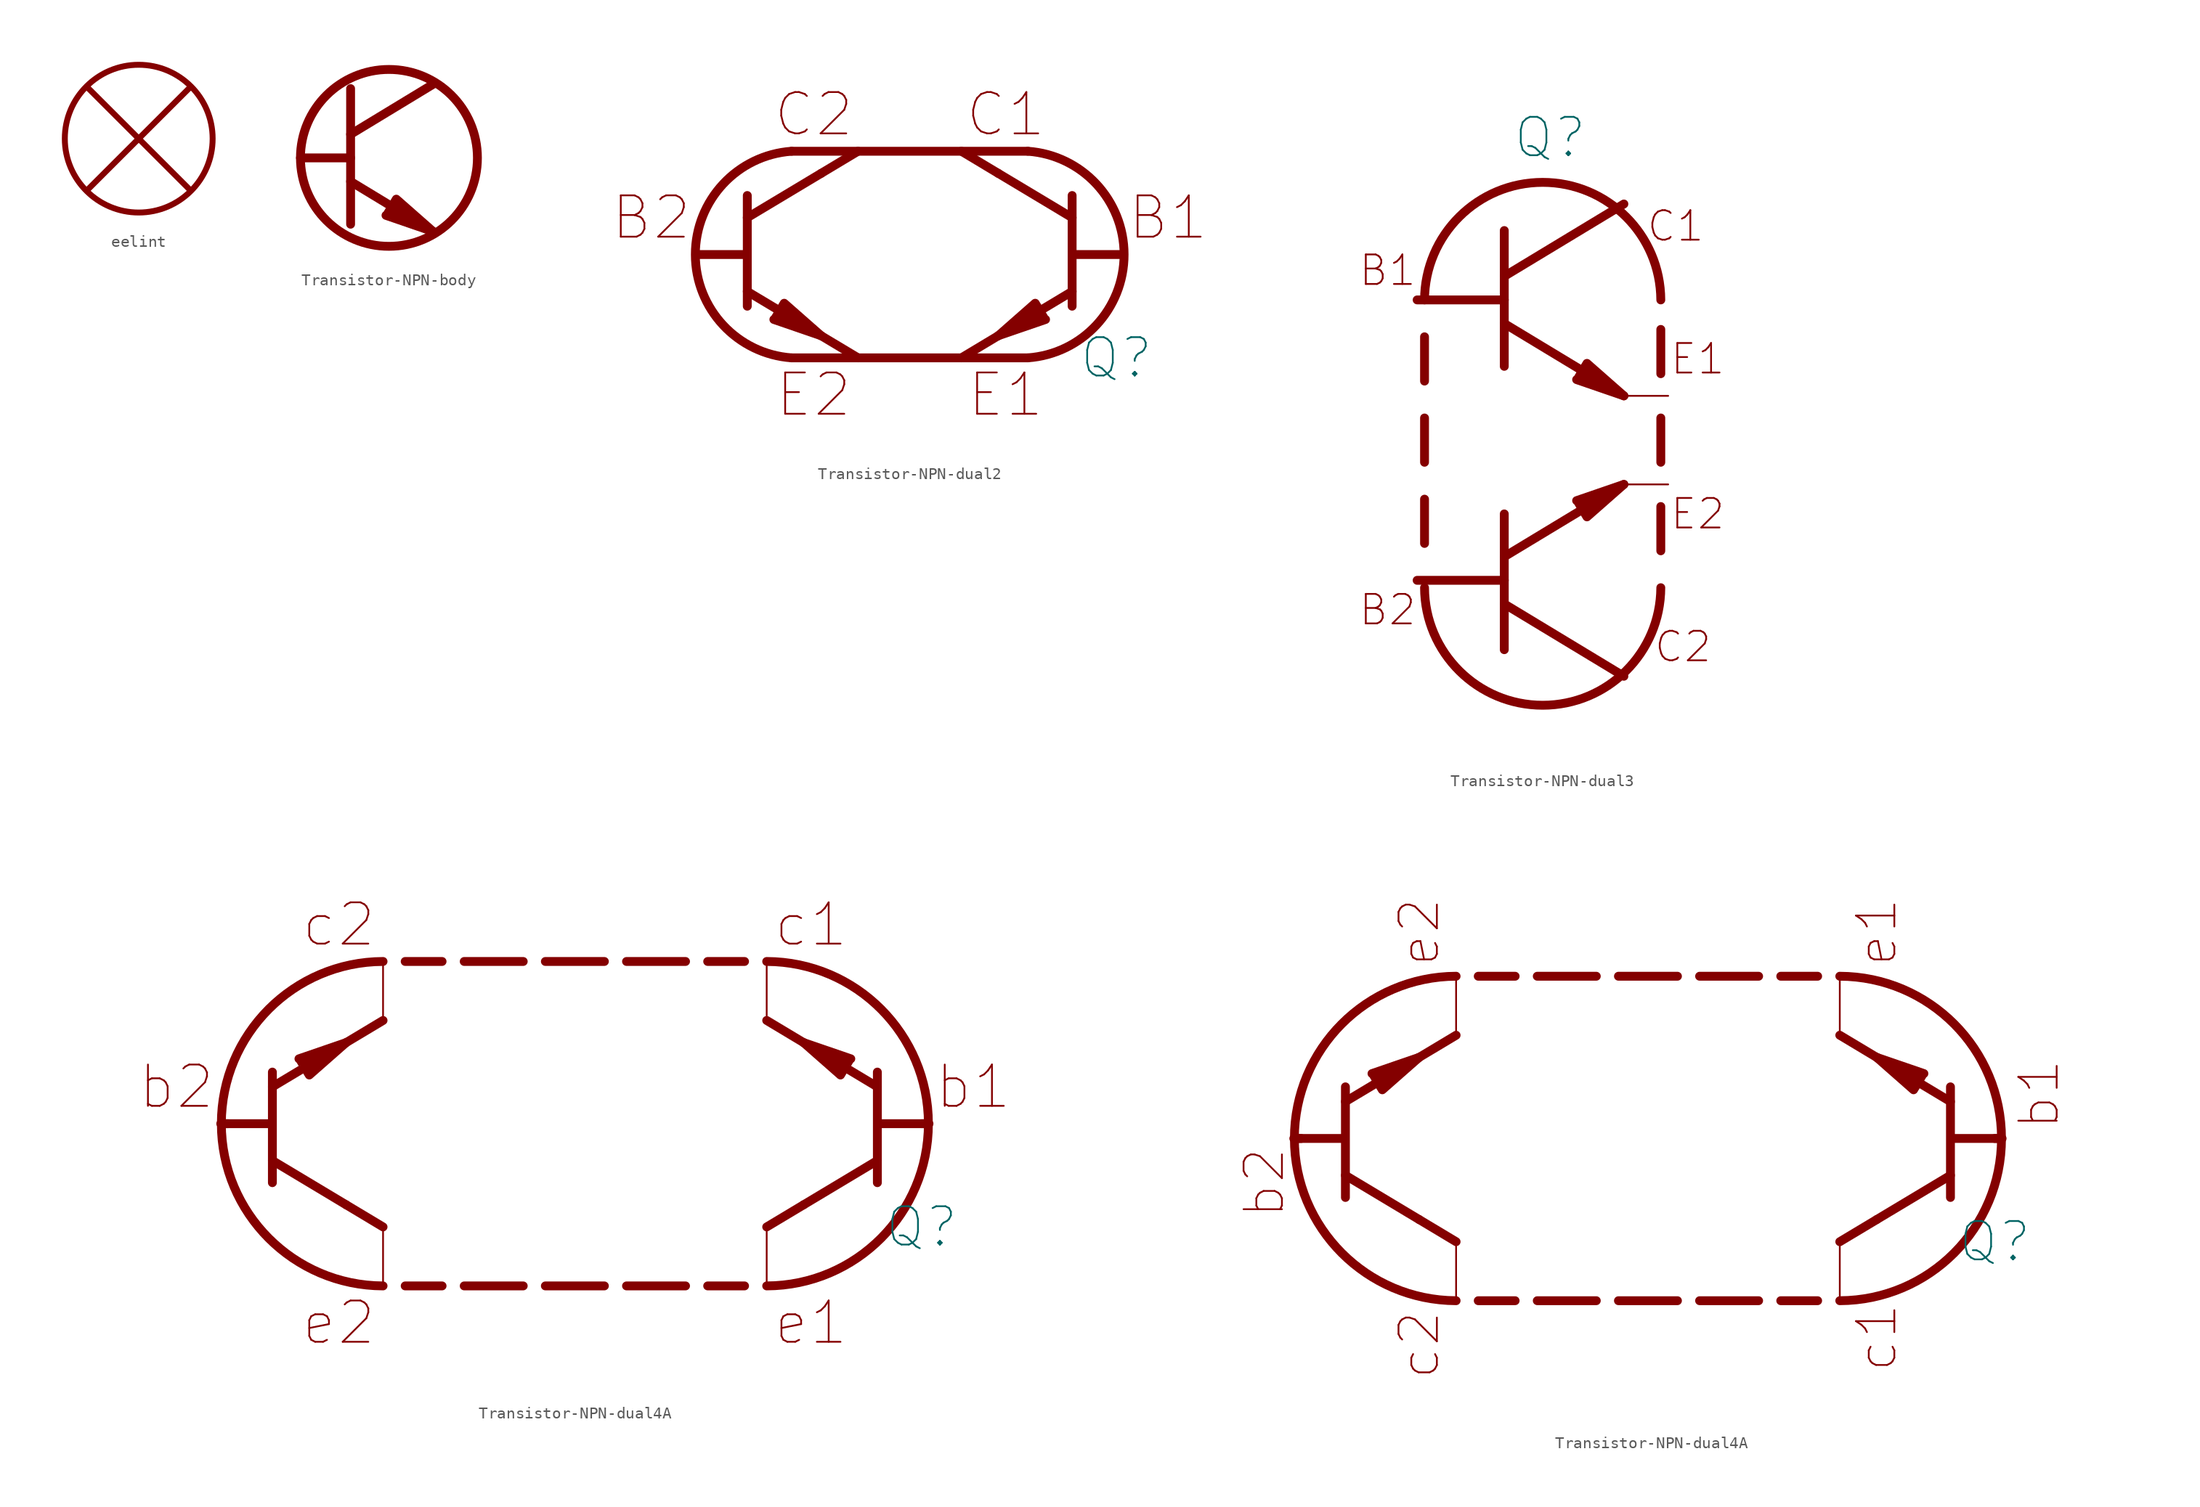
<source format=kicad_sym>
(kicad_symbol_lib
  (version 20211014)
  (generator kicad_symbol_editor)
  (symbol "eelint"
    (pin_numbers hide)
    (pin_names
      (offset 0) hide)
    (property "Reference" "X"
      (at 0 3.175 0)
      (effects (font (size 3.556 3.556)) hide))
    (symbol "eelint_0_1"
      (polyline (pts (xy -4.445 4.445) (xy 4.445 -4.445)) (stroke (width 0.508) (type default) (color 0 0 0 0)) (fill (type none)))
      (polyline (pts (xy -4.445 -4.445) (xy 0 0) (xy 4.445 4.445)) (stroke (width 0.508) (type default) (color 0 0 0 0)) (fill (type none)))
      (circle (center 0 0) (radius 6.35) (stroke (width 0.508) (type default) (color 0 0 0 0)) (fill (type none)))))
  (symbol "Transistor-NPN-body"
    (pin_numbers hide)
    (pin_names
      (offset 0) hide)
    (property "Reference" "X"
      (at 0 10.541 0)
      (effects (font (size 3.302 3.302)) hide))
    (symbol "Transistor-NPN-body_0_1"
      (polyline (pts (xy -3.302 -2.032) (xy 3.81 -6.35)) (stroke (width 0.762) (type default) (color 0 0 0 0)) (fill (type none)))
      (polyline (pts (xy -3.302 2.032) (xy 3.81 6.35)) (stroke (width 0.762) (type default) (color 0 0 0 0)) (fill (type none)))
      (polyline (pts (xy -3.302 5.969) (xy -3.302 -5.715)) (stroke (width 0.762) (type default) (color 0 0 0 0)) (fill (type none)))
      (polyline (pts (xy -3.302 0) (xy -7.62 0) (xy -7.493 0)) (stroke (width 0.762) (type default) (color 0 0 0 0)) (fill (type none)))
      (polyline (pts (xy -0.127 -4.826) (xy 0.635 -3.556) (xy 3.81 -6.35) (xy -0.254 -4.953)) (stroke (width 0.762) (type default) (color 0 0 0 0)) (fill (type outline)))
      (circle (center 0 0) (radius 7.62) (stroke (width 0.762) (type default) (color 0 0 0 0)) (fill (type none)))))
  (symbol "Transistor-NPN-dual2"
    (pin_numbers hide)
    (pin_names
      (offset 0) hide)
    (property "Reference" "Q"
      (at 17.78 -8.89 0)
      (effects (font (size 3.302 3.302))))
    (symbol "Transistor-NPN-dual2_0_0"
      (text "B1" (at 22.225 3.175 0) (effects (font (size 3.556 3.556))))
      (text "B2" (at -22.225 3.175 0) (effects (font (size 3.556 3.556))))
      (text "C1" (at 8.255 12.065 0) (effects (font (size 3.556 3.556))))
      (text "C2" (at -8.255 12.065 0) (effects (font (size 3.556 3.556))))
      (text "E1" (at 8.255 -12.065 0) (effects (font (size 3.556 3.556))))
      (text "E2" (at -8.255 -12.065 0) (effects (font (size 3.556 3.556)))))
    (symbol "Transistor-NPN-dual2_0_1"
      (arc (start -10.16 8.89) (mid -18.4376 0) (end -10.16 -8.89) (stroke (width 0.762) (type default) (color 0 0 0 0)) (fill (type none)))
      (polyline (pts (xy -13.97 -3.175) (xy -7.62 -6.985)) (stroke (width 0.762) (type default) (color 0 0 0 0)) (fill (type none)))
      (polyline (pts (xy -13.97 3.175) (xy -7.62 6.985)) (stroke (width 0.762) (type default) (color 0 0 0 0)) (fill (type none)))
      (polyline (pts (xy -13.97 5.08) (xy -13.97 -4.445)) (stroke (width 0.762) (type default) (color 0 0 0 0)) (fill (type none)))
      (polyline (pts (xy -10.16 -8.89) (xy 10.16 -8.89)) (stroke (width 0.762) (type default) (color 0 0 0 0)) (fill (type none)))
      (polyline (pts (xy -10.16 8.89) (xy 10.16 8.89)) (stroke (width 0.762) (type default) (color 0 0 0 0)) (fill (type none)))
      (polyline (pts (xy -7.62 -6.985) (xy -4.445 -8.89)) (stroke (width 0.762) (type default) (color 0 0 0 0)) (fill (type none)))
      (polyline (pts (xy -7.62 6.985) (xy -4.445 8.89)) (stroke (width 0.762) (type default) (color 0 0 0 0)) (fill (type none)))
      (polyline (pts (xy 7.62 -6.985) (xy 4.445 -8.89)) (stroke (width 0.762) (type default) (color 0 0 0 0)) (fill (type none)))
      (polyline (pts (xy 7.62 6.985) (xy 4.445 8.89)) (stroke (width 0.762) (type default) (color 0 0 0 0)) (fill (type none)))
      (polyline (pts (xy 13.97 -3.175) (xy 7.62 -6.985)) (stroke (width 0.762) (type default) (color 0 0 0 0)) (fill (type none)))
      (polyline (pts (xy 13.97 3.175) (xy 7.62 6.985)) (stroke (width 0.762) (type default) (color 0 0 0 0)) (fill (type none)))
      (polyline (pts (xy 13.97 5.08) (xy 13.97 -4.445)) (stroke (width 0.762) (type default) (color 0 0 0 0)) (fill (type none)))
      (polyline (pts (xy -14.097 0) (xy -17.78 0) (xy -18.288 0)) (stroke (width 0.762) (type default) (color 0 0 0 0)) (fill (type none)))
      (polyline (pts (xy 14.097 0) (xy 17.78 0) (xy 18.288 0)) (stroke (width 0.762) (type default) (color 0 0 0 0)) (fill (type none)))
      (polyline (pts (xy -11.557 -5.461) (xy -10.795 -4.191) (xy -7.62 -6.985) (xy -11.684 -5.588)) (stroke (width 0.762) (type default) (color 0 0 0 0)) (fill (type outline)))
      (polyline (pts (xy 11.557 -5.461) (xy 10.795 -4.191) (xy 7.62 -6.985) (xy 11.684 -5.588)) (stroke (width 0.762) (type default) (color 0 0 0 0)) (fill (type outline)))
      (arc (start 10.16 -8.89) (mid 18.4376 0) (end 10.16 8.89) (stroke (width 0.762) (type default) (color 0 0 0 0)) (fill (type none))))
    (symbol "Transistor-NPN-dual2_1_1"
      (pin passive line (at 4.445 8.89 270) (length 0) (name "C1" (effects (font (size 1.27 1.27)))) (number "1" (effects (font (size 1.27 1.27)))))
      (pin passive line (at 18.415 0 180) (length 0) (name "B1" (effects (font (size 1.27 1.27)))) (number "2" (effects (font (size 1.27 1.27)))))
      (pin passive line (at 4.445 -8.89 90) (length 0) (name "E1" (effects (font (size 1.27 1.27)))) (number "3" (effects (font (size 1.27 1.27)))))
      (pin passive line (at -4.445 8.89 270) (length 0) (name "C2" (effects (font (size 1.27 1.27)))) (number "4" (effects (font (size 1.27 1.27)))))
      (pin passive line (at -18.415 0 0) (length 0) (name "B2" (effects (font (size 1.27 1.27)))) (number "5" (effects (font (size 1.27 1.27)))))
      (pin passive line (at -4.445 -8.89 90) (length 0) (name "E2" (effects (font (size 1.27 1.27)))) (number "6" (effects (font (size 1.27 1.27)))))))
  (symbol "Transistor-NPN-dual3"
    (pin_numbers hide)
    (pin_names
      (offset 0) hide)
    (property "Reference" "Q"
      (at 0.635 26.035 0)
      (effects (font (size 3.302 3.302))))
    (symbol "Transistor-NPN-dual3_0_0"
      (polyline (pts (xy 10.16 1.905) (xy 10.16 -1.905)) (stroke (width 0.762) (type default) (color 0 0 0 0)) (fill (type none)))
      (text "B1" (at -13.335 14.605 0) (effects (font (size 2.54 2.54))))
      (text "B2" (at -13.335 -14.605 0) (effects (font (size 2.54 2.54))))
      (text "C1" (at 11.43 18.415 0) (effects (font (size 2.54 2.54))))
      (text "C2" (at 12.065 -17.78 0) (effects (font (size 2.54 2.54))))
      (text "E1" (at 13.335 6.985 0) (effects (font (size 2.54 2.54))))
      (text "E2" (at 13.335 -6.35 0) (effects (font (size 2.54 2.54)))))
    (symbol "Transistor-NPN-dual3_0_1"
      (arc (start -10.16 -12.7) (mid 0 -22.86) (end 10.16 -12.7) (stroke (width 0.762) (type default) (color 0 0 0 0)) (fill (type none)))
      (polyline (pts (xy -3.302 -18.034) (xy -3.302 -6.35)) (stroke (width 0.762) (type default) (color 0 0 0 0)) (fill (type none)))
      (polyline (pts (xy -3.302 -14.097) (xy 6.985 -20.32)) (stroke (width 0.762) (type default) (color 0 0 0 0)) (fill (type none)))
      (polyline (pts (xy -3.302 -10.033) (xy 6.985 -3.81)) (stroke (width 0.762) (type default) (color 0 0 0 0)) (fill (type none)))
      (polyline (pts (xy -3.302 -12.065) (xy -10.795 -12.065) (xy -7.493 -12.065)) (stroke (width 0.762) (type default) (color 0 0 0 0)) (fill (type none)))
      (polyline (pts (xy 3.048 -5.334) (xy 3.81 -6.604) (xy 6.985 -3.81) (xy 2.921 -5.207)) (stroke (width 0.762) (type default) (color 0 0 0 0)) (fill (type outline))))
    (symbol "Transistor-NPN-dual3_1_0"
      (polyline (pts (xy -10.16 -5.08) (xy -10.16 -8.89)) (stroke (width 0.762) (type default) (color 0 0 0 0)) (fill (type none)))
      (polyline (pts (xy -10.16 1.905) (xy -10.16 -1.905)) (stroke (width 0.762) (type default) (color 0 0 0 0)) (fill (type none)))
      (polyline (pts (xy -10.16 8.89) (xy -10.16 5.08)) (stroke (width 0.762) (type default) (color 0 0 0 0)) (fill (type none)))
      (polyline (pts (xy 10.16 -5.715) (xy 10.16 -9.525)) (stroke (width 0.762) (type default) (color 0 0 0 0)) (fill (type none)))
      (polyline (pts (xy 10.16 9.525) (xy 10.16 5.715)) (stroke (width 0.762) (type default) (color 0 0 0 0)) (fill (type none))))
    (symbol "Transistor-NPN-dual3_1_1"
      (polyline (pts (xy -3.302 10.033) (xy 6.985 3.81)) (stroke (width 0.762) (type default) (color 0 0 0 0)) (fill (type none)))
      (polyline (pts (xy -3.302 14.097) (xy 6.985 20.32)) (stroke (width 0.762) (type default) (color 0 0 0 0)) (fill (type none)))
      (polyline (pts (xy -3.302 18.034) (xy -3.302 6.35)) (stroke (width 0.762) (type default) (color 0 0 0 0)) (fill (type none)))
      (polyline (pts (xy -3.302 12.065) (xy -10.795 12.065) (xy -7.493 12.065)) (stroke (width 0.762) (type default) (color 0 0 0 0)) (fill (type none)))
      (polyline (pts (xy 3.048 5.334) (xy 3.81 6.604) (xy 6.985 3.81) (xy 2.921 5.207)) (stroke (width 0.762) (type default) (color 0 0 0 0)) (fill (type outline)))
      (arc (start 10.16 12.065) (mid 0 22.225) (end -10.16 12.065) (stroke (width 0.762) (type default) (color 0 0 0 0)) (fill (type none)))
      (pin passive line (at 10.795 3.81 180) (length 3.81) (name "C1" (effects (font (size 1.27 1.27)))) (number "1" (effects (font (size 1.27 1.27)))))
      (pin passive line (at -10.795 12.065 0) (length 0) (name "B1" (effects (font (size 1.27 1.27)))) (number "2" (effects (font (size 1.27 1.27)))))
      (pin passive line (at 6.985 20.32 180) (length 0) (name "E1" (effects (font (size 1.27 1.27)))) (number "3" (effects (font (size 1.27 1.27)))))
      (pin passive line (at 10.795 -3.81 180) (length 3.81) (name "C2" (effects (font (size 1.27 1.27)))) (number "4" (effects (font (size 1.27 1.27)))))
      (pin passive line (at -10.795 -12.065 0) (length 0) (name "B2" (effects (font (size 1.27 1.27)))) (number "5" (effects (font (size 1.27 1.27)))))
      (pin passive line (at 6.985 -20.32 180) (length 0) (name "E2" (effects (font (size 1.27 1.27)))) (number "6" (effects (font (size 1.27 1.27)))))))
  (symbol "Transistor-NPN-dual4A"
    (pin_numbers hide)
    (pin_names
      (offset 0) hide)
    (property "Reference" "Q"
      (at 29.845 -8.89 0)
      (effects (font (size 3.302 3.302))))
    (symbol "Transistor-NPN-dual4A_0_0"
      (arc (start -16.51 13.97) (mid -30.48 0) (end -16.51 -13.97) (stroke (width 0.762) (type default) (color 0 0 0 0)) (fill (type none)))
      (polyline (pts (xy -29.845 0) (xy -30.48 0)) (stroke (width 0.762) (type default) (color 0 0 0 0)) (fill (type none)))
      (polyline (pts (xy -26.035 -5.08) (xy -26.035 4.445)) (stroke (width 0.762) (type default) (color 0 0 0 0)) (fill (type none)))
      (polyline (pts (xy -26.035 -3.175) (xy -19.685 -6.985)) (stroke (width 0.762) (type default) (color 0 0 0 0)) (fill (type none)))
      (polyline (pts (xy -26.035 3.175) (xy -19.685 6.985)) (stroke (width 0.762) (type default) (color 0 0 0 0)) (fill (type none)))
      (polyline (pts (xy -19.685 -6.985) (xy -16.51 -8.89)) (stroke (width 0.762) (type default) (color 0 0 0 0)) (fill (type none)))
      (polyline (pts (xy -19.685 6.985) (xy -16.51 8.89)) (stroke (width 0.762) (type default) (color 0 0 0 0)) (fill (type none)))
      (polyline (pts (xy -16.51 -8.89) (xy -16.51 -13.97)) (stroke (width 0) (type default) (color 0 0 0 0)) (fill (type none)))
      (polyline (pts (xy -16.51 8.89) (xy -16.51 13.97)) (stroke (width 0) (type default) (color 0 0 0 0)) (fill (type none)))
      (polyline (pts (xy -14.605 -13.97) (xy -11.43 -13.97)) (stroke (width 0.762) (type default) (color 0 0 0 0)) (fill (type none)))
      (polyline (pts (xy -14.605 13.97) (xy -11.43 13.97)) (stroke (width 0.762) (type default) (color 0 0 0 0)) (fill (type none)))
      (polyline (pts (xy -9.525 -13.97) (xy -4.445 -13.97)) (stroke (width 0.762) (type default) (color 0 0 0 0)) (fill (type none)))
      (polyline (pts (xy -9.525 13.97) (xy -4.445 13.97)) (stroke (width 0.762) (type default) (color 0 0 0 0)) (fill (type none)))
      (polyline (pts (xy -2.54 -13.97) (xy 2.54 -13.97)) (stroke (width 0.762) (type default) (color 0 0 0 0)) (fill (type none)))
      (polyline (pts (xy -2.54 13.97) (xy 2.54 13.97)) (stroke (width 0.762) (type default) (color 0 0 0 0)) (fill (type none)))
      (polyline (pts (xy 9.525 -13.97) (xy 4.445 -13.97)) (stroke (width 0.762) (type default) (color 0 0 0 0)) (fill (type none)))
      (polyline (pts (xy 9.525 13.97) (xy 4.445 13.97)) (stroke (width 0.762) (type default) (color 0 0 0 0)) (fill (type none)))
      (polyline (pts (xy 14.605 -13.97) (xy 11.43 -13.97)) (stroke (width 0.762) (type default) (color 0 0 0 0)) (fill (type none)))
      (polyline (pts (xy 14.605 13.97) (xy 11.43 13.97)) (stroke (width 0.762) (type default) (color 0 0 0 0)) (fill (type none)))
      (polyline (pts (xy 16.51 -8.89) (xy 16.51 -13.97)) (stroke (width 0) (type default) (color 0 0 0 0)) (fill (type none)))
      (polyline (pts (xy 16.51 8.89) (xy 16.51 13.97)) (stroke (width 0) (type default) (color 0 0 0 0)) (fill (type none)))
      (polyline (pts (xy 19.685 -6.985) (xy 16.51 -8.89)) (stroke (width 0.762) (type default) (color 0 0 0 0)) (fill (type none)))
      (polyline (pts (xy 19.685 6.985) (xy 16.51 8.89)) (stroke (width 0.762) (type default) (color 0 0 0 0)) (fill (type none)))
      (polyline (pts (xy 26.035 -5.08) (xy 26.035 4.445)) (stroke (width 0.762) (type default) (color 0 0 0 0)) (fill (type none)))
      (polyline (pts (xy 26.035 -3.175) (xy 19.685 -6.985)) (stroke (width 0.762) (type default) (color 0 0 0 0)) (fill (type none)))
      (polyline (pts (xy 26.035 3.175) (xy 19.685 6.985)) (stroke (width 0.762) (type default) (color 0 0 0 0)) (fill (type none)))
      (polyline (pts (xy 30.48 0) (xy 29.845 0)) (stroke (width 0.762) (type default) (color 0 0 0 0)) (fill (type none)))
      (polyline (pts (xy -26.162 0) (xy -29.845 0) (xy -30.353 0)) (stroke (width 0.762) (type default) (color 0 0 0 0)) (fill (type none)))
      (polyline (pts (xy 26.162 0) (xy 29.845 0) (xy 30.353 0)) (stroke (width 0.762) (type default) (color 0 0 0 0)) (fill (type none)))
      (polyline (pts (xy -23.622 5.461) (xy -22.86 4.191) (xy -19.685 6.985) (xy -23.749 5.588)) (stroke (width 0.762) (type default) (color 0 0 0 0)) (fill (type outline)))
      (polyline (pts (xy 23.622 5.461) (xy 22.86 4.191) (xy 19.685 6.985) (xy 23.749 5.588)) (stroke (width 0.762) (type default) (color 0 0 0 0)) (fill (type outline)))
      (arc (start 16.51 -13.97) (mid 30.48 0) (end 16.51 13.97) (stroke (width 0.762) (type default) (color 0 0 0 0)) (fill (type none))))
    (symbol "Transistor-NPN-dual4A_0_1"
      (text "b1" (at 34.29 3.175 0) (effects (font (size 3.556 3.556))))
      (text "b2" (at -34.29 3.175 0) (effects (font (size 3.556 3.556))))
      (text "c1" (at 20.32 17.145 0) (effects (font (size 3.556 3.556))))
      (text "c2" (at -20.32 17.145 0) (effects (font (size 3.556 3.556))))
      (text "e1" (at 20.32 -17.145 0) (effects (font (size 3.556 3.556))))
      (text "e2" (at -20.32 -17.145 0) (effects (font (size 3.556 3.556)))))
    (symbol "Transistor-NPN-dual4A_0_2"
      (text "b1" (at 33.655 3.81 900) (effects (font (size 3.302 3.302))))
      (text "b2" (at -33.02 -3.81 900) (effects (font (size 3.302 3.302))))
      (text "c1" (at 19.685 -17.145 900) (effects (font (size 3.302 3.302))))
      (text "c2" (at -19.685 -17.78 900) (effects (font (size 3.302 3.302))))
      (text "e1" (at 19.685 17.78 900) (effects (font (size 3.302 3.302))))
      (text "e2" (at -19.685 17.78 900) (effects (font (size 3.302 3.302)))))
    (symbol "Transistor-NPN-dual4A_1_1"
      (pin passive line (at 16.51 13.97 270) (length 0) (name "C1" (effects (font (size 1.27 1.27)))) (number "1" (effects (font (size 1.27 1.27)))))
      (pin passive line (at 30.48 0 180) (length 0) (name "B1" (effects (font (size 1.27 1.27)))) (number "2" (effects (font (size 1.27 1.27)))))
      (pin passive line (at 16.51 -13.97 90) (length 0) (name "E1" (effects (font (size 1.27 1.27)))) (number "3" (effects (font (size 1.27 1.27)))))
      (pin passive line (at -16.51 13.97 270) (length 0) (name "C2" (effects (font (size 1.27 1.27)))) (number "4" (effects (font (size 1.27 1.27)))))
      (pin passive line (at -30.48 0 0) (length 0) (name "B2" (effects (font (size 1.27 1.27)))) (number "5" (effects (font (size 1.27 1.27)))))
      (pin passive line (at -16.51 -13.97 90) (length 0) (name "E2" (effects (font (size 1.27 1.27)))) (number "6" (effects (font (size 1.27 1.27))))))
    (symbol "Transistor-NPN-dual4A_1_2"
      (pin passive line (at 16.51 13.97 270) (length 0) (name "C1" (effects (font (size 1.27 1.27)))) (number "1" (effects (font (size 1.27 1.27)))))
      (pin passive line (at 30.48 0 180) (length 0) (name "B1" (effects (font (size 1.27 1.27)))) (number "2" (effects (font (size 1.27 1.27)))))
      (pin passive line (at 16.51 -13.97 90) (length 0) (name "E1" (effects (font (size 1.27 1.27)))) (number "3" (effects (font (size 1.27 1.27)))))
      (pin passive line (at -16.51 13.97 270) (length 0) (name "C2" (effects (font (size 1.27 1.27)))) (number "4" (effects (font (size 1.27 1.27)))))
      (pin passive line (at -30.48 0 0) (length 0) (name "B2" (effects (font (size 1.27 1.27)))) (number "5" (effects (font (size 1.27 1.27)))))
      (pin passive line (at -16.51 -13.97 90) (length 0) (name "E2" (effects (font (size 1.27 1.27)))) (number "6" (effects (font (size 1.27 1.27))))))))
</source>
